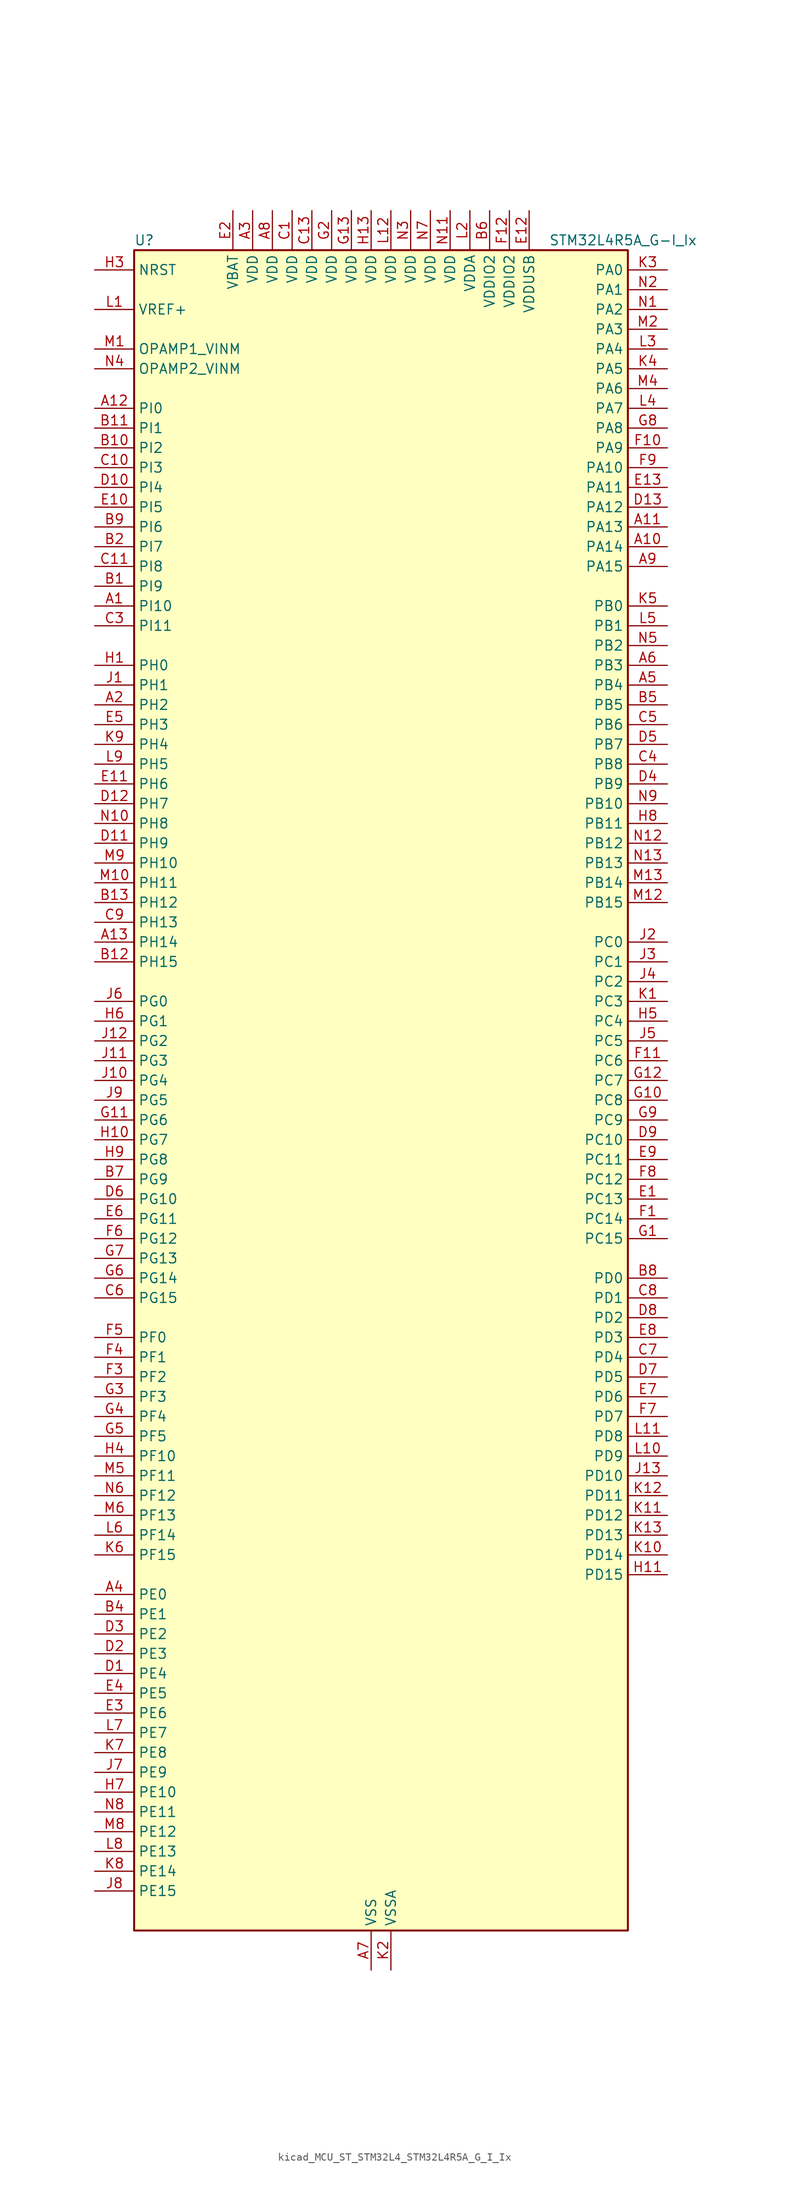
<source format=kicad_sym>
(kicad_symbol_lib
  (version 20220914)
  (generator kicad_symbol_editor)
  (symbol "kicad_MCU_ST_STM32L4_STM32L4R5A_G_I_Ix"
    (property "Reference" "U"
      (at -30.48 110.49 0)
      (effects (font (size 1.27 1.27)) (justify left)))
    (property "Value" "STM32L4R5A_G-I_Ix"
      (at 22.86 110.49 0)
      (effects (font (size 1.27 1.27)) (justify left)))
    (property "ki_locked" ""
      (at 0 0 0)
      (effects (font (size 1.27 1.27))))
    (symbol "kicad_MCU_ST_STM32L4_STM32L4R5A_G_I_Ix_0_1"
      (rectangle (start -30.48 -106.68) (end 33.02 109.22) (stroke (width 0.254) (type default)) (fill (type background))))
    (symbol "kicad_MCU_ST_STM32L4_STM32L4R5A_G_I_Ix_1_1"
      (pin bidirectional line (at -35.56 63.5 0) (length 5.08) (name "PI10" (effects (font (size 1.27 1.27)))) (number "A1" (effects (font (size 1.27 1.27)))) (alternate "OCTOSPIM_P2_IO1" bidirectional line))
      (pin bidirectional line (at 38.1 71.12 180) (length 5.08) (name "PA14" (effects (font (size 1.27 1.27)))) (number "A10" (effects (font (size 1.27 1.27)))) (alternate "I2C1_SMBA" bidirectional line) (alternate "I2C4_SMBA" bidirectional line) (alternate "LPTIM1_OUT" bidirectional line) (alternate "SAI1_FS_B" bidirectional line) (alternate "SYS_JTCK-SWCLK" bidirectional line) (alternate "USB_OTG_FS_SOF" bidirectional line))
      (pin bidirectional line (at 38.1 73.66 180) (length 5.08) (name "PA13" (effects (font (size 1.27 1.27)))) (number "A11" (effects (font (size 1.27 1.27)))) (alternate "IR_OUT" bidirectional line) (alternate "SAI1_SD_B" bidirectional line) (alternate "SYS_JTMS-SWDIO" bidirectional line) (alternate "USB_OTG_FS_NOE" bidirectional line))
      (pin bidirectional line (at -35.56 88.9 0) (length 5.08) (name "PI0" (effects (font (size 1.27 1.27)))) (number "A12" (effects (font (size 1.27 1.27)))) (alternate "DCMI_D13" bidirectional line) (alternate "OCTOSPIM_P1_IO5" bidirectional line) (alternate "SPI2_NSS" bidirectional line) (alternate "TIM5_CH4" bidirectional line))
      (pin bidirectional line (at -35.56 20.32 0) (length 5.08) (name "PH14" (effects (font (size 1.27 1.27)))) (number "A13" (effects (font (size 1.27 1.27)))) (alternate "DCMI_D4" bidirectional line) (alternate "TIM8_CH2N" bidirectional line))
      (pin bidirectional line (at -35.56 50.8 0) (length 5.08) (name "PH2" (effects (font (size 1.27 1.27)))) (number "A2" (effects (font (size 1.27 1.27)))) (alternate "OCTOSPIM_P1_IO4" bidirectional line))
      (pin power_in line (at -15.24 114.3 270) (length 5.08) (name "VDD" (effects (font (size 1.27 1.27)))) (number "A3" (effects (font (size 1.27 1.27)))))
      (pin bidirectional line (at -35.56 -63.5 0) (length 5.08) (name "PE0" (effects (font (size 1.27 1.27)))) (number "A4" (effects (font (size 1.27 1.27)))) (alternate "DCMI_D2" bidirectional line) (alternate "FMC_NBL0" bidirectional line) (alternate "TIM16_CH1" bidirectional line) (alternate "TIM4_ETR" bidirectional line))
      (pin bidirectional line (at 38.1 53.34 180) (length 5.08) (name "PB4" (effects (font (size 1.27 1.27)))) (number "A5" (effects (font (size 1.27 1.27)))) (alternate "COMP2_INP" bidirectional line) (alternate "DCMI_D12" bidirectional line) (alternate "I2C3_SDA" bidirectional line) (alternate "SAI1_MCLK_B" bidirectional line) (alternate "SPI1_MISO" bidirectional line) (alternate "SPI3_MISO" bidirectional line) (alternate "SYS_JTRST" bidirectional line) (alternate "TIM17_BKIN" bidirectional line) (alternate "TIM3_CH1" bidirectional line) (alternate "TSC_G2_IO1" bidirectional line) (alternate "UART5_DE" bidirectional line) (alternate "UART5_RTS" bidirectional line) (alternate "USART1_CTS" bidirectional line) (alternate "USART1_NSS" bidirectional line))
      (pin bidirectional line (at 38.1 55.88 180) (length 5.08) (name "PB3" (effects (font (size 1.27 1.27)))) (number "A6" (effects (font (size 1.27 1.27)))) (alternate "COMP2_INM" bidirectional line) (alternate "CRS_SYNC" bidirectional line) (alternate "SAI1_SCK_B" bidirectional line) (alternate "SPI1_SCK" bidirectional line) (alternate "SPI3_SCK" bidirectional line) (alternate "SYS_JTDO-SWO" bidirectional line) (alternate "TIM2_CH2" bidirectional line) (alternate "USART1_DE" bidirectional line) (alternate "USART1_RTS" bidirectional line))
      (pin power_in line (at 0 -111.76 90) (length 5.08) (name "VSS" (effects (font (size 1.27 1.27)))) (number "A7" (effects (font (size 1.27 1.27)))))
      (pin power_in line (at -12.7 114.3 270) (length 5.08) (name "VDD" (effects (font (size 1.27 1.27)))) (number "A8" (effects (font (size 1.27 1.27)))))
      (pin bidirectional line (at 38.1 68.58 180) (length 5.08) (name "PA15" (effects (font (size 1.27 1.27)))) (number "A9" (effects (font (size 1.27 1.27)))) (alternate "ADC1_EXTI15" bidirectional line) (alternate "SAI2_FS_B" bidirectional line) (alternate "SPI1_NSS" bidirectional line) (alternate "SPI3_NSS" bidirectional line) (alternate "SYS_JTDI" bidirectional line) (alternate "TIM2_CH1" bidirectional line) (alternate "TIM2_ETR" bidirectional line) (alternate "TSC_G3_IO1" bidirectional line) (alternate "UART4_DE" bidirectional line) (alternate "UART4_RTS" bidirectional line) (alternate "USART2_RX" bidirectional line) (alternate "USART3_DE" bidirectional line) (alternate "USART3_RTS" bidirectional line))
      (pin bidirectional line (at -35.56 66.04 0) (length 5.08) (name "PI9" (effects (font (size 1.27 1.27)))) (number "B1" (effects (font (size 1.27 1.27)))) (alternate "CAN1_RX" bidirectional line) (alternate "DAC1_EXTI9" bidirectional line) (alternate "OCTOSPIM_P2_IO2" bidirectional line))
      (pin bidirectional line (at -35.56 83.82 0) (length 5.08) (name "PI2" (effects (font (size 1.27 1.27)))) (number "B10" (effects (font (size 1.27 1.27)))) (alternate "DCMI_D9" bidirectional line) (alternate "SPI2_MISO" bidirectional line) (alternate "TIM8_CH4" bidirectional line))
      (pin bidirectional line (at -35.56 86.36 0) (length 5.08) (name "PI1" (effects (font (size 1.27 1.27)))) (number "B11" (effects (font (size 1.27 1.27)))) (alternate "DCMI_D8" bidirectional line) (alternate "SPI2_SCK" bidirectional line))
      (pin bidirectional line (at -35.56 17.78 0) (length 5.08) (name "PH15" (effects (font (size 1.27 1.27)))) (number "B12" (effects (font (size 1.27 1.27)))) (alternate "ADC1_EXTI15" bidirectional line) (alternate "DCMI_D11" bidirectional line) (alternate "OCTOSPIM_P2_IO6" bidirectional line) (alternate "TIM8_CH3N" bidirectional line))
      (pin bidirectional line (at -35.56 25.4 0) (length 5.08) (name "PH12" (effects (font (size 1.27 1.27)))) (number "B13" (effects (font (size 1.27 1.27)))) (alternate "DCMI_D3" bidirectional line) (alternate "OCTOSPIM_P2_IO7" bidirectional line) (alternate "TIM5_CH3" bidirectional line))
      (pin bidirectional line (at -35.56 71.12 0) (length 5.08) (name "PI7" (effects (font (size 1.27 1.27)))) (number "B2" (effects (font (size 1.27 1.27)))) (alternate "DCMI_D7" bidirectional line) (alternate "TIM8_CH3" bidirectional line))
      (pin passive line (at 0 -111.76 90) (length 5.08) hide (name "VSS" (effects (font (size 1.27 1.27)))) (number "B3" (effects (font (size 1.27 1.27)))))
      (pin bidirectional line (at -35.56 -66.04 0) (length 5.08) (name "PE1" (effects (font (size 1.27 1.27)))) (number "B4" (effects (font (size 1.27 1.27)))) (alternate "DCMI_D3" bidirectional line) (alternate "FMC_NBL1" bidirectional line) (alternate "TIM17_CH1" bidirectional line))
      (pin bidirectional line (at 38.1 50.8 180) (length 5.08) (name "PB5" (effects (font (size 1.27 1.27)))) (number "B5" (effects (font (size 1.27 1.27)))) (alternate "COMP2_OUT" bidirectional line) (alternate "DCMI_D10" bidirectional line) (alternate "I2C1_SMBA" bidirectional line) (alternate "LPTIM1_IN1" bidirectional line) (alternate "SAI1_SD_B" bidirectional line) (alternate "SPI1_MOSI" bidirectional line) (alternate "SPI3_MOSI" bidirectional line) (alternate "TIM16_BKIN" bidirectional line) (alternate "TIM3_CH2" bidirectional line) (alternate "TSC_G2_IO2" bidirectional line) (alternate "UART5_CTS" bidirectional line) (alternate "USART1_CK" bidirectional line))
      (pin power_in line (at 15.24 114.3 270) (length 5.08) (name "VDDIO2" (effects (font (size 1.27 1.27)))) (number "B6" (effects (font (size 1.27 1.27)))))
      (pin bidirectional line (at -35.56 -10.16 0) (length 5.08) (name "PG9" (effects (font (size 1.27 1.27)))) (number "B7" (effects (font (size 1.27 1.27)))) (alternate "DAC1_EXTI9" bidirectional line) (alternate "FMC_NCE" bidirectional line) (alternate "FMC_NE2" bidirectional line) (alternate "OCTOSPIM_P2_IO6" bidirectional line) (alternate "SAI2_SCK_A" bidirectional line) (alternate "SPI3_SCK" bidirectional line) (alternate "TIM15_CH1N" bidirectional line) (alternate "USART1_TX" bidirectional line))
      (pin bidirectional line (at 38.1 -22.86 180) (length 5.08) (name "PD0" (effects (font (size 1.27 1.27)))) (number "B8" (effects (font (size 1.27 1.27)))) (alternate "CAN1_RX" bidirectional line) (alternate "DFSDM1_DATIN7" bidirectional line) (alternate "FMC_D2" bidirectional line) (alternate "FMC_DA2" bidirectional line) (alternate "SPI2_NSS" bidirectional line))
      (pin bidirectional line (at -35.56 73.66 0) (length 5.08) (name "PI6" (effects (font (size 1.27 1.27)))) (number "B9" (effects (font (size 1.27 1.27)))) (alternate "DCMI_D6" bidirectional line) (alternate "OCTOSPIM_P2_CLK" bidirectional line) (alternate "TIM8_CH2" bidirectional line))
      (pin power_in line (at -10.16 114.3 270) (length 5.08) (name "VDD" (effects (font (size 1.27 1.27)))) (number "C1" (effects (font (size 1.27 1.27)))))
      (pin bidirectional line (at -35.56 81.28 0) (length 5.08) (name "PI3" (effects (font (size 1.27 1.27)))) (number "C10" (effects (font (size 1.27 1.27)))) (alternate "DCMI_D10" bidirectional line) (alternate "SPI2_MOSI" bidirectional line) (alternate "TIM8_ETR" bidirectional line))
      (pin bidirectional line (at -35.56 68.58 0) (length 5.08) (name "PI8" (effects (font (size 1.27 1.27)))) (number "C11" (effects (font (size 1.27 1.27)))) (alternate "DCMI_D12" bidirectional line) (alternate "OCTOSPIM_P2_NCS" bidirectional line))
      (pin passive line (at 0 -111.76 90) (length 5.08) hide (name "VSS" (effects (font (size 1.27 1.27)))) (number "C12" (effects (font (size 1.27 1.27)))))
      (pin power_in line (at -7.62 114.3 270) (length 5.08) (name "VDD" (effects (font (size 1.27 1.27)))) (number "C13" (effects (font (size 1.27 1.27)))))
      (pin passive line (at 0 -111.76 90) (length 5.08) hide (name "VSS" (effects (font (size 1.27 1.27)))) (number "C2" (effects (font (size 1.27 1.27)))))
      (pin bidirectional line (at -35.56 60.96 0) (length 5.08) (name "PI11" (effects (font (size 1.27 1.27)))) (number "C3" (effects (font (size 1.27 1.27)))) (alternate "ADC1_EXTI11" bidirectional line) (alternate "OCTOSPIM_P2_IO0" bidirectional line))
      (pin bidirectional line (at 38.1 43.18 180) (length 5.08) (name "PB8" (effects (font (size 1.27 1.27)))) (number "C4" (effects (font (size 1.27 1.27)))) (alternate "CAN1_RX" bidirectional line) (alternate "DCMI_D6" bidirectional line) (alternate "DFSDM1_CKOUT" bidirectional line) (alternate "DFSDM1_DATIN6" bidirectional line) (alternate "I2C1_SCL" bidirectional line) (alternate "SAI1_CK1" bidirectional line) (alternate "SAI1_MCLK_A" bidirectional line) (alternate "SDMMC1_CKIN" bidirectional line) (alternate "SDMMC1_D4" bidirectional line) (alternate "TIM16_CH1" bidirectional line) (alternate "TIM4_CH3" bidirectional line))
      (pin bidirectional line (at 38.1 48.26 180) (length 5.08) (name "PB6" (effects (font (size 1.27 1.27)))) (number "C5" (effects (font (size 1.27 1.27)))) (alternate "COMP2_INP" bidirectional line) (alternate "DCMI_D5" bidirectional line) (alternate "DFSDM1_DATIN5" bidirectional line) (alternate "I2C1_SCL" bidirectional line) (alternate "I2C4_SCL" bidirectional line) (alternate "LPTIM1_ETR" bidirectional line) (alternate "SAI1_FS_B" bidirectional line) (alternate "TIM16_CH1N" bidirectional line) (alternate "TIM4_CH1" bidirectional line) (alternate "TIM8_BKIN2" bidirectional line) (alternate "TSC_G2_IO3" bidirectional line) (alternate "USART1_TX" bidirectional line))
      (pin bidirectional line (at -35.56 -25.4 0) (length 5.08) (name "PG15" (effects (font (size 1.27 1.27)))) (number "C6" (effects (font (size 1.27 1.27)))) (alternate "ADC1_EXTI15" bidirectional line) (alternate "DCMI_D13" bidirectional line) (alternate "I2C1_SMBA" bidirectional line) (alternate "LPTIM1_OUT" bidirectional line) (alternate "OCTOSPIM_P2_DQS" bidirectional line))
      (pin bidirectional line (at 38.1 -33.02 180) (length 5.08) (name "PD4" (effects (font (size 1.27 1.27)))) (number "C7" (effects (font (size 1.27 1.27)))) (alternate "DFSDM1_CKIN0" bidirectional line) (alternate "FMC_NOE" bidirectional line) (alternate "OCTOSPIM_P1_IO4" bidirectional line) (alternate "SPI2_MOSI" bidirectional line) (alternate "USART2_DE" bidirectional line) (alternate "USART2_RTS" bidirectional line))
      (pin bidirectional line (at 38.1 -25.4 180) (length 5.08) (name "PD1" (effects (font (size 1.27 1.27)))) (number "C8" (effects (font (size 1.27 1.27)))) (alternate "CAN1_TX" bidirectional line) (alternate "DFSDM1_CKIN7" bidirectional line) (alternate "FMC_D3" bidirectional line) (alternate "FMC_DA3" bidirectional line) (alternate "SPI2_SCK" bidirectional line))
      (pin bidirectional line (at -35.56 22.86 0) (length 5.08) (name "PH13" (effects (font (size 1.27 1.27)))) (number "C9" (effects (font (size 1.27 1.27)))) (alternate "CAN1_TX" bidirectional line) (alternate "TIM8_CH1N" bidirectional line))
      (pin bidirectional line (at -35.56 -73.66 0) (length 5.08) (name "PE4" (effects (font (size 1.27 1.27)))) (number "D1" (effects (font (size 1.27 1.27)))) (alternate "DCMI_D4" bidirectional line) (alternate "DFSDM1_DATIN3" bidirectional line) (alternate "FMC_A20" bidirectional line) (alternate "SAI1_D2" bidirectional line) (alternate "SAI1_FS_A" bidirectional line) (alternate "SYS_TRACED1" bidirectional line) (alternate "TIM3_CH2" bidirectional line) (alternate "TSC_G7_IO3" bidirectional line))
      (pin bidirectional line (at -35.56 78.74 0) (length 5.08) (name "PI4" (effects (font (size 1.27 1.27)))) (number "D10" (effects (font (size 1.27 1.27)))) (alternate "DCMI_D5" bidirectional line) (alternate "TIM8_BKIN" bidirectional line))
      (pin bidirectional line (at -35.56 33.02 0) (length 5.08) (name "PH9" (effects (font (size 1.27 1.27)))) (number "D11" (effects (font (size 1.27 1.27)))) (alternate "DAC1_EXTI9" bidirectional line) (alternate "DCMI_D0" bidirectional line) (alternate "I2C3_SMBA" bidirectional line) (alternate "OCTOSPIM_P2_IO4" bidirectional line))
      (pin bidirectional line (at -35.56 38.1 0) (length 5.08) (name "PH7" (effects (font (size 1.27 1.27)))) (number "D12" (effects (font (size 1.27 1.27)))) (alternate "DCMI_D9" bidirectional line) (alternate "I2C3_SCL" bidirectional line))
      (pin bidirectional line (at 38.1 76.2 180) (length 5.08) (name "PA12" (effects (font (size 1.27 1.27)))) (number "D13" (effects (font (size 1.27 1.27)))) (alternate "CAN1_TX" bidirectional line) (alternate "SPI1_MOSI" bidirectional line) (alternate "TIM1_ETR" bidirectional line) (alternate "USART1_DE" bidirectional line) (alternate "USART1_RTS" bidirectional line) (alternate "USB_OTG_FS_DP" bidirectional line))
      (pin bidirectional line (at -35.56 -71.12 0) (length 5.08) (name "PE3" (effects (font (size 1.27 1.27)))) (number "D2" (effects (font (size 1.27 1.27)))) (alternate "FMC_A19" bidirectional line) (alternate "OCTOSPIM_P1_DQS" bidirectional line) (alternate "SAI1_SD_B" bidirectional line) (alternate "SYS_TRACED0" bidirectional line) (alternate "TIM3_CH1" bidirectional line) (alternate "TSC_G7_IO2" bidirectional line))
      (pin bidirectional line (at -35.56 -68.58 0) (length 5.08) (name "PE2" (effects (font (size 1.27 1.27)))) (number "D3" (effects (font (size 1.27 1.27)))) (alternate "FMC_A23" bidirectional line) (alternate "SAI1_CK1" bidirectional line) (alternate "SAI1_MCLK_A" bidirectional line) (alternate "SYS_TRACECLK" bidirectional line) (alternate "TIM3_ETR" bidirectional line) (alternate "TSC_G7_IO1" bidirectional line))
      (pin bidirectional line (at 38.1 40.64 180) (length 5.08) (name "PB9" (effects (font (size 1.27 1.27)))) (number "D4" (effects (font (size 1.27 1.27)))) (alternate "CAN1_TX" bidirectional line) (alternate "DAC1_EXTI9" bidirectional line) (alternate "DCMI_D7" bidirectional line) (alternate "DFSDM1_CKIN6" bidirectional line) (alternate "I2C1_SDA" bidirectional line) (alternate "IR_OUT" bidirectional line) (alternate "SAI1_D2" bidirectional line) (alternate "SAI1_FS_A" bidirectional line) (alternate "SDMMC1_CDIR" bidirectional line) (alternate "SDMMC1_D5" bidirectional line) (alternate "SPI2_NSS" bidirectional line) (alternate "TIM17_CH1" bidirectional line) (alternate "TIM4_CH4" bidirectional line))
      (pin bidirectional line (at 38.1 45.72 180) (length 5.08) (name "PB7" (effects (font (size 1.27 1.27)))) (number "D5" (effects (font (size 1.27 1.27)))) (alternate "COMP2_INM" bidirectional line) (alternate "DCMI_VSYNC" bidirectional line) (alternate "DFSDM1_CKIN5" bidirectional line) (alternate "FMC_NL" bidirectional line) (alternate "I2C1_SDA" bidirectional line) (alternate "I2C4_SDA" bidirectional line) (alternate "LPTIM1_IN2" bidirectional line) (alternate "SYS_PVD_IN" bidirectional line) (alternate "TIM17_CH1N" bidirectional line) (alternate "TIM4_CH2" bidirectional line) (alternate "TIM8_BKIN" bidirectional line) (alternate "TSC_G2_IO4" bidirectional line) (alternate "UART4_CTS" bidirectional line) (alternate "USART1_RX" bidirectional line))
      (pin bidirectional line (at -35.56 -12.7 0) (length 5.08) (name "PG10" (effects (font (size 1.27 1.27)))) (number "D6" (effects (font (size 1.27 1.27)))) (alternate "FMC_NE3" bidirectional line) (alternate "LPTIM1_IN1" bidirectional line) (alternate "OCTOSPIM_P2_IO7" bidirectional line) (alternate "SAI2_FS_A" bidirectional line) (alternate "SPI3_MISO" bidirectional line) (alternate "TIM15_CH1" bidirectional line) (alternate "USART1_RX" bidirectional line))
      (pin bidirectional line (at 38.1 -35.56 180) (length 5.08) (name "PD5" (effects (font (size 1.27 1.27)))) (number "D7" (effects (font (size 1.27 1.27)))) (alternate "FMC_NWE" bidirectional line) (alternate "OCTOSPIM_P1_IO5" bidirectional line) (alternate "USART2_TX" bidirectional line))
      (pin bidirectional line (at 38.1 -27.94 180) (length 5.08) (name "PD2" (effects (font (size 1.27 1.27)))) (number "D8" (effects (font (size 1.27 1.27)))) (alternate "DCMI_D11" bidirectional line) (alternate "SDMMC1_CMD" bidirectional line) (alternate "SYS_TRACED2" bidirectional line) (alternate "TIM3_ETR" bidirectional line) (alternate "TSC_SYNC" bidirectional line) (alternate "UART5_RX" bidirectional line) (alternate "USART3_DE" bidirectional line) (alternate "USART3_RTS" bidirectional line))
      (pin bidirectional line (at 38.1 -5.08 180) (length 5.08) (name "PC10" (effects (font (size 1.27 1.27)))) (number "D9" (effects (font (size 1.27 1.27)))) (alternate "DCMI_D8" bidirectional line) (alternate "SAI2_SCK_B" bidirectional line) (alternate "SDMMC1_D2" bidirectional line) (alternate "SPI3_SCK" bidirectional line) (alternate "SYS_TRACED1" bidirectional line) (alternate "TSC_G3_IO2" bidirectional line) (alternate "UART4_TX" bidirectional line) (alternate "USART3_TX" bidirectional line))
      (pin bidirectional line (at 38.1 -12.7 180) (length 5.08) (name "PC13" (effects (font (size 1.27 1.27)))) (number "E1" (effects (font (size 1.27 1.27)))) (alternate "RTC_OUT_ALARM" bidirectional line) (alternate "RTC_OUT_CALIB" bidirectional line) (alternate "RTC_TAMP1" bidirectional line) (alternate "RTC_TS" bidirectional line) (alternate "SYS_WKUP2" bidirectional line))
      (pin bidirectional line (at -35.56 76.2 0) (length 5.08) (name "PI5" (effects (font (size 1.27 1.27)))) (number "E10" (effects (font (size 1.27 1.27)))) (alternate "DCMI_VSYNC" bidirectional line) (alternate "OCTOSPIM_P2_NCS" bidirectional line) (alternate "TIM8_CH1" bidirectional line))
      (pin bidirectional line (at -35.56 40.64 0) (length 5.08) (name "PH6" (effects (font (size 1.27 1.27)))) (number "E11" (effects (font (size 1.27 1.27)))) (alternate "DCMI_D8" bidirectional line) (alternate "I2C2_SMBA" bidirectional line) (alternate "OCTOSPIM_P2_CLK" bidirectional line))
      (pin power_in line (at 20.32 114.3 270) (length 5.08) (name "VDDUSB" (effects (font (size 1.27 1.27)))) (number "E12" (effects (font (size 1.27 1.27)))))
      (pin bidirectional line (at 38.1 78.74 180) (length 5.08) (name "PA11" (effects (font (size 1.27 1.27)))) (number "E13" (effects (font (size 1.27 1.27)))) (alternate "ADC1_EXTI11" bidirectional line) (alternate "CAN1_RX" bidirectional line) (alternate "SPI1_MISO" bidirectional line) (alternate "TIM1_BKIN2" bidirectional line) (alternate "TIM1_CH4" bidirectional line) (alternate "USART1_CTS" bidirectional line) (alternate "USART1_NSS" bidirectional line) (alternate "USB_OTG_FS_DM" bidirectional line))
      (pin power_in line (at -17.78 114.3 270) (length 5.08) (name "VBAT" (effects (font (size 1.27 1.27)))) (number "E2" (effects (font (size 1.27 1.27)))))
      (pin bidirectional line (at -35.56 -78.74 0) (length 5.08) (name "PE6" (effects (font (size 1.27 1.27)))) (number "E3" (effects (font (size 1.27 1.27)))) (alternate "DCMI_D7" bidirectional line) (alternate "FMC_A22" bidirectional line) (alternate "RTC_TAMP3" bidirectional line) (alternate "SAI1_D1" bidirectional line) (alternate "SAI1_SD_A" bidirectional line) (alternate "SYS_TRACED3" bidirectional line) (alternate "SYS_WKUP3" bidirectional line) (alternate "TIM3_CH4" bidirectional line))
      (pin bidirectional line (at -35.56 -76.2 0) (length 5.08) (name "PE5" (effects (font (size 1.27 1.27)))) (number "E4" (effects (font (size 1.27 1.27)))) (alternate "DCMI_D6" bidirectional line) (alternate "DFSDM1_CKIN3" bidirectional line) (alternate "FMC_A21" bidirectional line) (alternate "SAI1_CK2" bidirectional line) (alternate "SAI1_SCK_A" bidirectional line) (alternate "SYS_TRACED2" bidirectional line) (alternate "TIM3_CH3" bidirectional line) (alternate "TSC_G7_IO4" bidirectional line))
      (pin bidirectional line (at -35.56 48.26 0) (length 5.08) (name "PH3" (effects (font (size 1.27 1.27)))) (number "E5" (effects (font (size 1.27 1.27)))))
      (pin bidirectional line (at -35.56 -15.24 0) (length 5.08) (name "PG11" (effects (font (size 1.27 1.27)))) (number "E6" (effects (font (size 1.27 1.27)))) (alternate "ADC1_EXTI11" bidirectional line) (alternate "LPTIM1_IN2" bidirectional line) (alternate "OCTOSPIM_P1_IO5" bidirectional line) (alternate "SAI2_MCLK_A" bidirectional line) (alternate "SPI3_MOSI" bidirectional line) (alternate "TIM15_CH2" bidirectional line) (alternate "USART1_CTS" bidirectional line) (alternate "USART1_NSS" bidirectional line))
      (pin bidirectional line (at 38.1 -38.1 180) (length 5.08) (name "PD6" (effects (font (size 1.27 1.27)))) (number "E7" (effects (font (size 1.27 1.27)))) (alternate "DCMI_D10" bidirectional line) (alternate "DFSDM1_DATIN1" bidirectional line) (alternate "FMC_NWAIT" bidirectional line) (alternate "OCTOSPIM_P1_IO6" bidirectional line) (alternate "SAI1_D1" bidirectional line) (alternate "SAI1_SD_A" bidirectional line) (alternate "SPI3_MOSI" bidirectional line) (alternate "USART2_RX" bidirectional line))
      (pin bidirectional line (at 38.1 -30.48 180) (length 5.08) (name "PD3" (effects (font (size 1.27 1.27)))) (number "E8" (effects (font (size 1.27 1.27)))) (alternate "DCMI_D5" bidirectional line) (alternate "DFSDM1_DATIN0" bidirectional line) (alternate "FMC_CLK" bidirectional line) (alternate "OCTOSPIM_P2_NCS" bidirectional line) (alternate "SPI2_MISO" bidirectional line) (alternate "SPI2_SCK" bidirectional line) (alternate "USART2_CTS" bidirectional line) (alternate "USART2_NSS" bidirectional line))
      (pin bidirectional line (at 38.1 -7.62 180) (length 5.08) (name "PC11" (effects (font (size 1.27 1.27)))) (number "E9" (effects (font (size 1.27 1.27)))) (alternate "ADC1_EXTI11" bidirectional line) (alternate "DCMI_D2" bidirectional line) (alternate "DCMI_D4" bidirectional line) (alternate "OCTOSPIM_P1_NCS" bidirectional line) (alternate "SAI2_MCLK_B" bidirectional line) (alternate "SDMMC1_D3" bidirectional line) (alternate "SPI3_MISO" bidirectional line) (alternate "TSC_G3_IO3" bidirectional line) (alternate "UART4_RX" bidirectional line) (alternate "USART3_RX" bidirectional line))
      (pin bidirectional line (at 38.1 -15.24 180) (length 5.08) (name "PC14" (effects (font (size 1.27 1.27)))) (number "F1" (effects (font (size 1.27 1.27)))) (alternate "RCC_OSC32_IN" bidirectional line))
      (pin bidirectional line (at 38.1 83.82 180) (length 5.08) (name "PA9" (effects (font (size 1.27 1.27)))) (number "F10" (effects (font (size 1.27 1.27)))) (alternate "DAC1_EXTI9" bidirectional line) (alternate "DCMI_D0" bidirectional line) (alternate "SAI1_FS_A" bidirectional line) (alternate "SPI2_SCK" bidirectional line) (alternate "TIM15_BKIN" bidirectional line) (alternate "TIM1_CH2" bidirectional line) (alternate "USART1_TX" bidirectional line) (alternate "USB_OTG_FS_VBUS" bidirectional line))
      (pin bidirectional line (at 38.1 5.08 180) (length 5.08) (name "PC6" (effects (font (size 1.27 1.27)))) (number "F11" (effects (font (size 1.27 1.27)))) (alternate "DCMI_D0" bidirectional line) (alternate "DFSDM1_CKIN3" bidirectional line) (alternate "SAI2_MCLK_A" bidirectional line) (alternate "SDMMC1_D0DIR" bidirectional line) (alternate "SDMMC1_D6" bidirectional line) (alternate "TIM3_CH1" bidirectional line) (alternate "TIM8_CH1" bidirectional line) (alternate "TSC_G4_IO1" bidirectional line))
      (pin power_in line (at 17.78 114.3 270) (length 5.08) (name "VDDIO2" (effects (font (size 1.27 1.27)))) (number "F12" (effects (font (size 1.27 1.27)))))
      (pin passive line (at 0 -111.76 90) (length 5.08) hide (name "VSS" (effects (font (size 1.27 1.27)))) (number "F13" (effects (font (size 1.27 1.27)))))
      (pin passive line (at 0 -111.76 90) (length 5.08) hide (name "VSS" (effects (font (size 1.27 1.27)))) (number "F2" (effects (font (size 1.27 1.27)))))
      (pin bidirectional line (at -35.56 -35.56 0) (length 5.08) (name "PF2" (effects (font (size 1.27 1.27)))) (number "F3" (effects (font (size 1.27 1.27)))) (alternate "FMC_A2" bidirectional line) (alternate "I2C2_SMBA" bidirectional line) (alternate "OCTOSPIM_P2_IO2" bidirectional line))
      (pin bidirectional line (at -35.56 -33.02 0) (length 5.08) (name "PF1" (effects (font (size 1.27 1.27)))) (number "F4" (effects (font (size 1.27 1.27)))) (alternate "FMC_A1" bidirectional line) (alternate "I2C2_SCL" bidirectional line) (alternate "OCTOSPIM_P2_IO1" bidirectional line))
      (pin bidirectional line (at -35.56 -30.48 0) (length 5.08) (name "PF0" (effects (font (size 1.27 1.27)))) (number "F5" (effects (font (size 1.27 1.27)))) (alternate "FMC_A0" bidirectional line) (alternate "I2C2_SDA" bidirectional line) (alternate "OCTOSPIM_P2_IO0" bidirectional line))
      (pin bidirectional line (at -35.56 -17.78 0) (length 5.08) (name "PG12" (effects (font (size 1.27 1.27)))) (number "F6" (effects (font (size 1.27 1.27)))) (alternate "FMC_NE4" bidirectional line) (alternate "LPTIM1_ETR" bidirectional line) (alternate "OCTOSPIM_P2_NCS" bidirectional line) (alternate "SAI2_SD_A" bidirectional line) (alternate "SPI3_NSS" bidirectional line) (alternate "USART1_DE" bidirectional line) (alternate "USART1_RTS" bidirectional line))
      (pin bidirectional line (at 38.1 -40.64 180) (length 5.08) (name "PD7" (effects (font (size 1.27 1.27)))) (number "F7" (effects (font (size 1.27 1.27)))) (alternate "DFSDM1_CKIN1" bidirectional line) (alternate "FMC_NCE" bidirectional line) (alternate "FMC_NE1" bidirectional line) (alternate "OCTOSPIM_P1_IO7" bidirectional line) (alternate "USART2_CK" bidirectional line))
      (pin bidirectional line (at 38.1 -10.16 180) (length 5.08) (name "PC12" (effects (font (size 1.27 1.27)))) (number "F8" (effects (font (size 1.27 1.27)))) (alternate "DCMI_D9" bidirectional line) (alternate "SAI2_SD_B" bidirectional line) (alternate "SDMMC1_CK" bidirectional line) (alternate "SPI3_MOSI" bidirectional line) (alternate "SYS_TRACED3" bidirectional line) (alternate "TSC_G3_IO4" bidirectional line) (alternate "UART5_TX" bidirectional line) (alternate "USART3_CK" bidirectional line))
      (pin bidirectional line (at 38.1 81.28 180) (length 5.08) (name "PA10" (effects (font (size 1.27 1.27)))) (number "F9" (effects (font (size 1.27 1.27)))) (alternate "DCMI_D1" bidirectional line) (alternate "SAI1_D1" bidirectional line) (alternate "SAI1_SD_A" bidirectional line) (alternate "TIM17_BKIN" bidirectional line) (alternate "TIM1_CH3" bidirectional line) (alternate "USART1_RX" bidirectional line) (alternate "USB_OTG_FS_ID" bidirectional line))
      (pin bidirectional line (at 38.1 -17.78 180) (length 5.08) (name "PC15" (effects (font (size 1.27 1.27)))) (number "G1" (effects (font (size 1.27 1.27)))) (alternate "ADC1_EXTI15" bidirectional line) (alternate "RCC_OSC32_OUT" bidirectional line))
      (pin bidirectional line (at 38.1 0 180) (length 5.08) (name "PC8" (effects (font (size 1.27 1.27)))) (number "G10" (effects (font (size 1.27 1.27)))) (alternate "DCMI_D2" bidirectional line) (alternate "SDMMC1_D0" bidirectional line) (alternate "TIM3_CH3" bidirectional line) (alternate "TIM8_CH3" bidirectional line) (alternate "TSC_G4_IO3" bidirectional line))
      (pin bidirectional line (at -35.56 -2.54 0) (length 5.08) (name "PG6" (effects (font (size 1.27 1.27)))) (number "G11" (effects (font (size 1.27 1.27)))) (alternate "I2C3_SMBA" bidirectional line) (alternate "LPUART1_DE" bidirectional line) (alternate "LPUART1_RTS" bidirectional line) (alternate "OCTOSPIM_P1_DQS" bidirectional line))
      (pin bidirectional line (at 38.1 2.54 180) (length 5.08) (name "PC7" (effects (font (size 1.27 1.27)))) (number "G12" (effects (font (size 1.27 1.27)))) (alternate "DCMI_D1" bidirectional line) (alternate "DFSDM1_DATIN3" bidirectional line) (alternate "SAI2_MCLK_B" bidirectional line) (alternate "SDMMC1_D123DIR" bidirectional line) (alternate "SDMMC1_D7" bidirectional line) (alternate "TIM3_CH2" bidirectional line) (alternate "TIM8_CH2" bidirectional line) (alternate "TSC_G4_IO2" bidirectional line))
      (pin power_in line (at -2.54 114.3 270) (length 5.08) (name "VDD" (effects (font (size 1.27 1.27)))) (number "G13" (effects (font (size 1.27 1.27)))))
      (pin power_in line (at -5.08 114.3 270) (length 5.08) (name "VDD" (effects (font (size 1.27 1.27)))) (number "G2" (effects (font (size 1.27 1.27)))))
      (pin bidirectional line (at -35.56 -38.1 0) (length 5.08) (name "PF3" (effects (font (size 1.27 1.27)))) (number "G3" (effects (font (size 1.27 1.27)))) (alternate "FMC_A3" bidirectional line) (alternate "OCTOSPIM_P2_IO3" bidirectional line))
      (pin bidirectional line (at -35.56 -40.64 0) (length 5.08) (name "PF4" (effects (font (size 1.27 1.27)))) (number "G4" (effects (font (size 1.27 1.27)))) (alternate "FMC_A4" bidirectional line) (alternate "OCTOSPIM_P2_CLK" bidirectional line))
      (pin bidirectional line (at -35.56 -43.18 0) (length 5.08) (name "PF5" (effects (font (size 1.27 1.27)))) (number "G5" (effects (font (size 1.27 1.27)))) (alternate "FMC_A5" bidirectional line))
      (pin bidirectional line (at -35.56 -22.86 0) (length 5.08) (name "PG14" (effects (font (size 1.27 1.27)))) (number "G6" (effects (font (size 1.27 1.27)))) (alternate "FMC_A25" bidirectional line) (alternate "I2C1_SCL" bidirectional line))
      (pin bidirectional line (at -35.56 -20.32 0) (length 5.08) (name "PG13" (effects (font (size 1.27 1.27)))) (number "G7" (effects (font (size 1.27 1.27)))) (alternate "FMC_A24" bidirectional line) (alternate "I2C1_SDA" bidirectional line) (alternate "USART1_CK" bidirectional line))
      (pin bidirectional line (at 38.1 86.36 180) (length 5.08) (name "PA8" (effects (font (size 1.27 1.27)))) (number "G8" (effects (font (size 1.27 1.27)))) (alternate "LPTIM2_OUT" bidirectional line) (alternate "RCC_MCO" bidirectional line) (alternate "SAI1_CK2" bidirectional line) (alternate "SAI1_SCK_A" bidirectional line) (alternate "TIM1_CH1" bidirectional line) (alternate "USART1_CK" bidirectional line) (alternate "USB_OTG_FS_SOF" bidirectional line))
      (pin bidirectional line (at 38.1 -2.54 180) (length 5.08) (name "PC9" (effects (font (size 1.27 1.27)))) (number "G9" (effects (font (size 1.27 1.27)))) (alternate "DAC1_EXTI9" bidirectional line) (alternate "DCMI_D3" bidirectional line) (alternate "I2C3_SDA" bidirectional line) (alternate "SAI2_EXTCLK" bidirectional line) (alternate "SDMMC1_D1" bidirectional line) (alternate "SYS_TRACED0" bidirectional line) (alternate "TIM3_CH4" bidirectional line) (alternate "TIM8_BKIN2" bidirectional line) (alternate "TIM8_CH4" bidirectional line) (alternate "TSC_G4_IO4" bidirectional line) (alternate "USB_OTG_FS_NOE" bidirectional line))
      (pin bidirectional line (at -35.56 55.88 0) (length 5.08) (name "PH0" (effects (font (size 1.27 1.27)))) (number "H1" (effects (font (size 1.27 1.27)))) (alternate "RCC_OSC_IN" bidirectional line))
      (pin bidirectional line (at -35.56 -5.08 0) (length 5.08) (name "PG7" (effects (font (size 1.27 1.27)))) (number "H10" (effects (font (size 1.27 1.27)))) (alternate "DFSDM1_CKOUT" bidirectional line) (alternate "FMC_INT" bidirectional line) (alternate "I2C3_SCL" bidirectional line) (alternate "LPUART1_TX" bidirectional line) (alternate "OCTOSPIM_P2_DQS" bidirectional line) (alternate "SAI1_CK1" bidirectional line) (alternate "SAI1_MCLK_A" bidirectional line))
      (pin bidirectional line (at 38.1 -60.96 180) (length 5.08) (name "PD15" (effects (font (size 1.27 1.27)))) (number "H11" (effects (font (size 1.27 1.27)))) (alternate "ADC1_EXTI15" bidirectional line) (alternate "FMC_D1" bidirectional line) (alternate "FMC_DA1" bidirectional line) (alternate "TIM4_CH4" bidirectional line))
      (pin passive line (at 0 -111.76 90) (length 5.08) hide (name "VSS" (effects (font (size 1.27 1.27)))) (number "H12" (effects (font (size 1.27 1.27)))))
      (pin power_in line (at 0 114.3 270) (length 5.08) (name "VDD" (effects (font (size 1.27 1.27)))) (number "H13" (effects (font (size 1.27 1.27)))))
      (pin passive line (at 0 -111.76 90) (length 5.08) hide (name "VSS" (effects (font (size 1.27 1.27)))) (number "H2" (effects (font (size 1.27 1.27)))))
      (pin input line (at -35.56 106.68 0) (length 5.08) (name "NRST" (effects (font (size 1.27 1.27)))) (number "H3" (effects (font (size 1.27 1.27)))))
      (pin bidirectional line (at -35.56 -45.72 0) (length 5.08) (name "PF10" (effects (font (size 1.27 1.27)))) (number "H4" (effects (font (size 1.27 1.27)))) (alternate "DCMI_D11" bidirectional line) (alternate "DFSDM1_CKOUT" bidirectional line) (alternate "OCTOSPIM_P1_CLK" bidirectional line) (alternate "SAI1_D3" bidirectional line) (alternate "TIM15_CH2" bidirectional line))
      (pin bidirectional line (at 38.1 10.16 180) (length 5.08) (name "PC4" (effects (font (size 1.27 1.27)))) (number "H5" (effects (font (size 1.27 1.27)))) (alternate "ADC1_IN13" bidirectional line) (alternate "COMP1_INM" bidirectional line) (alternate "OCTOSPIM_P1_IO7" bidirectional line) (alternate "USART3_TX" bidirectional line))
      (pin bidirectional line (at -35.56 10.16 0) (length 5.08) (name "PG1" (effects (font (size 1.27 1.27)))) (number "H6" (effects (font (size 1.27 1.27)))) (alternate "FMC_A11" bidirectional line) (alternate "OCTOSPIM_P2_IO5" bidirectional line) (alternate "TSC_G8_IO4" bidirectional line))
      (pin bidirectional line (at -35.56 -88.9 0) (length 5.08) (name "PE10" (effects (font (size 1.27 1.27)))) (number "H7" (effects (font (size 1.27 1.27)))) (alternate "DFSDM1_DATIN4" bidirectional line) (alternate "FMC_D7" bidirectional line) (alternate "FMC_DA7" bidirectional line) (alternate "OCTOSPIM_P1_CLK" bidirectional line) (alternate "SAI1_MCLK_B" bidirectional line) (alternate "TIM1_CH2N" bidirectional line) (alternate "TSC_G5_IO1" bidirectional line))
      (pin bidirectional line (at 38.1 35.56 180) (length 5.08) (name "PB11" (effects (font (size 1.27 1.27)))) (number "H8" (effects (font (size 1.27 1.27)))) (alternate "ADC1_EXTI11" bidirectional line) (alternate "COMP2_OUT" bidirectional line) (alternate "DFSDM1_CKIN7" bidirectional line) (alternate "I2C2_SDA" bidirectional line) (alternate "I2C4_SDA" bidirectional line) (alternate "LPUART1_TX" bidirectional line) (alternate "OCTOSPIM_P1_NCS" bidirectional line) (alternate "TIM2_CH4" bidirectional line) (alternate "USART3_RX" bidirectional line))
      (pin bidirectional line (at -35.56 -7.62 0) (length 5.08) (name "PG8" (effects (font (size 1.27 1.27)))) (number "H9" (effects (font (size 1.27 1.27)))) (alternate "I2C3_SDA" bidirectional line) (alternate "LPUART1_RX" bidirectional line))
      (pin bidirectional line (at -35.56 53.34 0) (length 5.08) (name "PH1" (effects (font (size 1.27 1.27)))) (number "J1" (effects (font (size 1.27 1.27)))) (alternate "RCC_OSC_OUT" bidirectional line))
      (pin bidirectional line (at -35.56 2.54 0) (length 5.08) (name "PG4" (effects (font (size 1.27 1.27)))) (number "J10" (effects (font (size 1.27 1.27)))) (alternate "FMC_A14" bidirectional line) (alternate "SAI2_MCLK_B" bidirectional line) (alternate "SPI1_MOSI" bidirectional line))
      (pin bidirectional line (at -35.56 5.08 0) (length 5.08) (name "PG3" (effects (font (size 1.27 1.27)))) (number "J11" (effects (font (size 1.27 1.27)))) (alternate "FMC_A13" bidirectional line) (alternate "SAI2_FS_B" bidirectional line) (alternate "SPI1_MISO" bidirectional line))
      (pin bidirectional line (at -35.56 7.62 0) (length 5.08) (name "PG2" (effects (font (size 1.27 1.27)))) (number "J12" (effects (font (size 1.27 1.27)))) (alternate "FMC_A12" bidirectional line) (alternate "SAI2_SCK_B" bidirectional line) (alternate "SPI1_SCK" bidirectional line))
      (pin bidirectional line (at 38.1 -48.26 180) (length 5.08) (name "PD10" (effects (font (size 1.27 1.27)))) (number "J13" (effects (font (size 1.27 1.27)))) (alternate "FMC_D15" bidirectional line) (alternate "FMC_DA15" bidirectional line) (alternate "SAI2_SCK_A" bidirectional line) (alternate "TSC_G6_IO1" bidirectional line) (alternate "USART3_CK" bidirectional line))
      (pin bidirectional line (at 38.1 20.32 180) (length 5.08) (name "PC0" (effects (font (size 1.27 1.27)))) (number "J2" (effects (font (size 1.27 1.27)))) (alternate "ADC1_IN1" bidirectional line) (alternate "DFSDM1_DATIN4" bidirectional line) (alternate "I2C3_SCL" bidirectional line) (alternate "LPTIM1_IN1" bidirectional line) (alternate "LPTIM2_IN1" bidirectional line) (alternate "LPUART1_RX" bidirectional line) (alternate "SAI2_FS_A" bidirectional line))
      (pin bidirectional line (at 38.1 17.78 180) (length 5.08) (name "PC1" (effects (font (size 1.27 1.27)))) (number "J3" (effects (font (size 1.27 1.27)))) (alternate "ADC1_IN2" bidirectional line) (alternate "DFSDM1_CKIN4" bidirectional line) (alternate "I2C3_SDA" bidirectional line) (alternate "LPTIM1_OUT" bidirectional line) (alternate "LPUART1_TX" bidirectional line) (alternate "OCTOSPIM_P1_IO4" bidirectional line) (alternate "SAI1_SD_A" bidirectional line) (alternate "SPI2_MOSI" bidirectional line) (alternate "SYS_TRACED0" bidirectional line))
      (pin bidirectional line (at 38.1 15.24 180) (length 5.08) (name "PC2" (effects (font (size 1.27 1.27)))) (number "J4" (effects (font (size 1.27 1.27)))) (alternate "ADC1_IN3" bidirectional line) (alternate "DFSDM1_CKOUT" bidirectional line) (alternate "LPTIM1_IN2" bidirectional line) (alternate "OCTOSPIM_P1_IO5" bidirectional line) (alternate "SPI2_MISO" bidirectional line))
      (pin bidirectional line (at 38.1 7.62 180) (length 5.08) (name "PC5" (effects (font (size 1.27 1.27)))) (number "J5" (effects (font (size 1.27 1.27)))) (alternate "ADC1_IN14" bidirectional line) (alternate "COMP1_INP" bidirectional line) (alternate "SAI1_D3" bidirectional line) (alternate "SYS_WKUP5" bidirectional line) (alternate "USART3_RX" bidirectional line))
      (pin bidirectional line (at -35.56 12.7 0) (length 5.08) (name "PG0" (effects (font (size 1.27 1.27)))) (number "J6" (effects (font (size 1.27 1.27)))) (alternate "FMC_A10" bidirectional line) (alternate "OCTOSPIM_P2_IO4" bidirectional line) (alternate "TSC_G8_IO3" bidirectional line))
      (pin bidirectional line (at -35.56 -86.36 0) (length 5.08) (name "PE9" (effects (font (size 1.27 1.27)))) (number "J7" (effects (font (size 1.27 1.27)))) (alternate "DAC1_EXTI9" bidirectional line) (alternate "DFSDM1_CKOUT" bidirectional line) (alternate "FMC_D6" bidirectional line) (alternate "FMC_DA6" bidirectional line) (alternate "SAI1_FS_B" bidirectional line) (alternate "TIM1_CH1" bidirectional line))
      (pin bidirectional line (at -35.56 -101.6 0) (length 5.08) (name "PE15" (effects (font (size 1.27 1.27)))) (number "J8" (effects (font (size 1.27 1.27)))) (alternate "ADC1_EXTI15" bidirectional line) (alternate "FMC_D12" bidirectional line) (alternate "FMC_DA12" bidirectional line) (alternate "OCTOSPIM_P1_IO3" bidirectional line) (alternate "SPI1_MOSI" bidirectional line) (alternate "TIM1_BKIN" bidirectional line))
      (pin bidirectional line (at -35.56 0 0) (length 5.08) (name "PG5" (effects (font (size 1.27 1.27)))) (number "J9" (effects (font (size 1.27 1.27)))) (alternate "FMC_A15" bidirectional line) (alternate "LPUART1_CTS" bidirectional line) (alternate "SAI2_SD_B" bidirectional line) (alternate "SPI1_NSS" bidirectional line))
      (pin bidirectional line (at 38.1 12.7 180) (length 5.08) (name "PC3" (effects (font (size 1.27 1.27)))) (number "K1" (effects (font (size 1.27 1.27)))) (alternate "ADC1_IN4" bidirectional line) (alternate "LPTIM1_ETR" bidirectional line) (alternate "LPTIM2_ETR" bidirectional line) (alternate "OCTOSPIM_P1_IO6" bidirectional line) (alternate "SAI1_D1" bidirectional line) (alternate "SAI1_SD_A" bidirectional line) (alternate "SPI2_MOSI" bidirectional line))
      (pin bidirectional line (at 38.1 -58.42 180) (length 5.08) (name "PD14" (effects (font (size 1.27 1.27)))) (number "K10" (effects (font (size 1.27 1.27)))) (alternate "FMC_D0" bidirectional line) (alternate "FMC_DA0" bidirectional line) (alternate "TIM4_CH3" bidirectional line))
      (pin bidirectional line (at 38.1 -53.34 180) (length 5.08) (name "PD12" (effects (font (size 1.27 1.27)))) (number "K11" (effects (font (size 1.27 1.27)))) (alternate "FMC_A17" bidirectional line) (alternate "FMC_ALE" bidirectional line) (alternate "I2C4_SCL" bidirectional line) (alternate "LPTIM2_IN1" bidirectional line) (alternate "SAI2_FS_A" bidirectional line) (alternate "TIM4_CH1" bidirectional line) (alternate "TSC_G6_IO3" bidirectional line) (alternate "USART3_DE" bidirectional line) (alternate "USART3_RTS" bidirectional line))
      (pin bidirectional line (at 38.1 -50.8 180) (length 5.08) (name "PD11" (effects (font (size 1.27 1.27)))) (number "K12" (effects (font (size 1.27 1.27)))) (alternate "ADC1_EXTI11" bidirectional line) (alternate "FMC_A16" bidirectional line) (alternate "FMC_CLE" bidirectional line) (alternate "I2C4_SMBA" bidirectional line) (alternate "LPTIM2_ETR" bidirectional line) (alternate "SAI2_SD_A" bidirectional line) (alternate "TSC_G6_IO2" bidirectional line) (alternate "USART3_CTS" bidirectional line) (alternate "USART3_NSS" bidirectional line))
      (pin bidirectional line (at 38.1 -55.88 180) (length 5.08) (name "PD13" (effects (font (size 1.27 1.27)))) (number "K13" (effects (font (size 1.27 1.27)))) (alternate "FMC_A18" bidirectional line) (alternate "I2C4_SDA" bidirectional line) (alternate "LPTIM2_OUT" bidirectional line) (alternate "TIM4_CH2" bidirectional line) (alternate "TSC_G6_IO4" bidirectional line))
      (pin power_in line (at 2.54 -111.76 90) (length 5.08) (name "VSSA" (effects (font (size 1.27 1.27)))) (number "K2" (effects (font (size 1.27 1.27)))))
      (pin bidirectional line (at 38.1 106.68 180) (length 5.08) (name "PA0" (effects (font (size 1.27 1.27)))) (number "K3" (effects (font (size 1.27 1.27)))) (alternate "ADC1_IN5" bidirectional line) (alternate "OPAMP1_VINP" bidirectional line) (alternate "RTC_TAMP2" bidirectional line) (alternate "SAI1_EXTCLK" bidirectional line) (alternate "SYS_WKUP1" bidirectional line) (alternate "TIM2_CH1" bidirectional line) (alternate "TIM2_ETR" bidirectional line) (alternate "TIM5_CH1" bidirectional line) (alternate "TIM8_ETR" bidirectional line) (alternate "UART4_TX" bidirectional line) (alternate "USART2_CTS" bidirectional line) (alternate "USART2_NSS" bidirectional line))
      (pin bidirectional line (at 38.1 93.98 180) (length 5.08) (name "PA5" (effects (font (size 1.27 1.27)))) (number "K4" (effects (font (size 1.27 1.27)))) (alternate "ADC1_IN10" bidirectional line) (alternate "DAC1_OUT2" bidirectional line) (alternate "LPTIM2_ETR" bidirectional line) (alternate "SPI1_SCK" bidirectional line) (alternate "TIM2_CH1" bidirectional line) (alternate "TIM2_ETR" bidirectional line) (alternate "TIM8_CH1N" bidirectional line))
      (pin bidirectional line (at 38.1 63.5 180) (length 5.08) (name "PB0" (effects (font (size 1.27 1.27)))) (number "K5" (effects (font (size 1.27 1.27)))) (alternate "ADC1_IN15" bidirectional line) (alternate "COMP1_OUT" bidirectional line) (alternate "OCTOSPIM_P1_IO1" bidirectional line) (alternate "OPAMP2_VOUT" bidirectional line) (alternate "SAI1_EXTCLK" bidirectional line) (alternate "SPI1_NSS" bidirectional line) (alternate "TIM1_CH2N" bidirectional line) (alternate "TIM3_CH3" bidirectional line) (alternate "TIM8_CH2N" bidirectional line) (alternate "USART3_CK" bidirectional line))
      (pin bidirectional line (at -35.56 -58.42 0) (length 5.08) (name "PF15" (effects (font (size 1.27 1.27)))) (number "K6" (effects (font (size 1.27 1.27)))) (alternate "ADC1_EXTI15" bidirectional line) (alternate "FMC_A9" bidirectional line) (alternate "I2C4_SDA" bidirectional line) (alternate "TSC_G8_IO2" bidirectional line))
      (pin bidirectional line (at -35.56 -83.82 0) (length 5.08) (name "PE8" (effects (font (size 1.27 1.27)))) (number "K7" (effects (font (size 1.27 1.27)))) (alternate "DFSDM1_CKIN2" bidirectional line) (alternate "FMC_D5" bidirectional line) (alternate "FMC_DA5" bidirectional line) (alternate "SAI1_SCK_B" bidirectional line) (alternate "TIM1_CH1N" bidirectional line))
      (pin bidirectional line (at -35.56 -99.06 0) (length 5.08) (name "PE14" (effects (font (size 1.27 1.27)))) (number "K8" (effects (font (size 1.27 1.27)))) (alternate "FMC_D11" bidirectional line) (alternate "FMC_DA11" bidirectional line) (alternate "OCTOSPIM_P1_IO2" bidirectional line) (alternate "SPI1_MISO" bidirectional line) (alternate "TIM1_BKIN2" bidirectional line) (alternate "TIM1_CH4" bidirectional line))
      (pin bidirectional line (at -35.56 45.72 0) (length 5.08) (name "PH4" (effects (font (size 1.27 1.27)))) (number "K9" (effects (font (size 1.27 1.27)))) (alternate "I2C2_SCL" bidirectional line) (alternate "OCTOSPIM_P2_DQS" bidirectional line))
      (pin input line (at -35.56 101.6 0) (length 5.08) (name "VREF+" (effects (font (size 1.27 1.27)))) (number "L1" (effects (font (size 1.27 1.27)))) (alternate "VREFBUF_OUT" bidirectional line))
      (pin bidirectional line (at 38.1 -45.72 180) (length 5.08) (name "PD9" (effects (font (size 1.27 1.27)))) (number "L10" (effects (font (size 1.27 1.27)))) (alternate "DAC1_EXTI9" bidirectional line) (alternate "DCMI_PIXCLK" bidirectional line) (alternate "FMC_D14" bidirectional line) (alternate "FMC_DA14" bidirectional line) (alternate "SAI2_MCLK_A" bidirectional line) (alternate "USART3_RX" bidirectional line))
      (pin bidirectional line (at 38.1 -43.18 180) (length 5.08) (name "PD8" (effects (font (size 1.27 1.27)))) (number "L11" (effects (font (size 1.27 1.27)))) (alternate "DCMI_HSYNC" bidirectional line) (alternate "FMC_D13" bidirectional line) (alternate "FMC_DA13" bidirectional line) (alternate "USART3_TX" bidirectional line))
      (pin power_in line (at 2.54 114.3 270) (length 5.08) (name "VDD" (effects (font (size 1.27 1.27)))) (number "L12" (effects (font (size 1.27 1.27)))))
      (pin passive line (at 0 -111.76 90) (length 5.08) hide (name "VSS" (effects (font (size 1.27 1.27)))) (number "L13" (effects (font (size 1.27 1.27)))))
      (pin power_in line (at 12.7 114.3 270) (length 5.08) (name "VDDA" (effects (font (size 1.27 1.27)))) (number "L2" (effects (font (size 1.27 1.27)))))
      (pin bidirectional line (at 38.1 96.52 180) (length 5.08) (name "PA4" (effects (font (size 1.27 1.27)))) (number "L3" (effects (font (size 1.27 1.27)))) (alternate "ADC1_IN9" bidirectional line) (alternate "DAC1_OUT1" bidirectional line) (alternate "DCMI_HSYNC" bidirectional line) (alternate "LPTIM2_OUT" bidirectional line) (alternate "OCTOSPIM_P1_NCS" bidirectional line) (alternate "SAI1_FS_B" bidirectional line) (alternate "SPI1_NSS" bidirectional line) (alternate "SPI3_NSS" bidirectional line) (alternate "USART2_CK" bidirectional line))
      (pin bidirectional line (at 38.1 88.9 180) (length 5.08) (name "PA7" (effects (font (size 1.27 1.27)))) (number "L4" (effects (font (size 1.27 1.27)))) (alternate "ADC1_IN12" bidirectional line) (alternate "I2C3_SCL" bidirectional line) (alternate "OCTOSPIM_P1_IO2" bidirectional line) (alternate "OPAMP2_VINM" bidirectional line) (alternate "SPI1_MOSI" bidirectional line) (alternate "TIM17_CH1" bidirectional line) (alternate "TIM1_CH1N" bidirectional line) (alternate "TIM3_CH2" bidirectional line) (alternate "TIM8_CH1N" bidirectional line))
      (pin bidirectional line (at 38.1 60.96 180) (length 5.08) (name "PB1" (effects (font (size 1.27 1.27)))) (number "L5" (effects (font (size 1.27 1.27)))) (alternate "ADC1_IN16" bidirectional line) (alternate "COMP1_INM" bidirectional line) (alternate "DFSDM1_DATIN0" bidirectional line) (alternate "LPTIM2_IN1" bidirectional line) (alternate "LPUART1_DE" bidirectional line) (alternate "LPUART1_RTS" bidirectional line) (alternate "OCTOSPIM_P1_IO0" bidirectional line) (alternate "TIM1_CH3N" bidirectional line) (alternate "TIM3_CH4" bidirectional line) (alternate "TIM8_CH3N" bidirectional line) (alternate "USART3_DE" bidirectional line) (alternate "USART3_RTS" bidirectional line))
      (pin bidirectional line (at -35.56 -55.88 0) (length 5.08) (name "PF14" (effects (font (size 1.27 1.27)))) (number "L6" (effects (font (size 1.27 1.27)))) (alternate "DFSDM1_CKIN6" bidirectional line) (alternate "FMC_A8" bidirectional line) (alternate "I2C4_SCL" bidirectional line) (alternate "TSC_G8_IO1" bidirectional line))
      (pin bidirectional line (at -35.56 -81.28 0) (length 5.08) (name "PE7" (effects (font (size 1.27 1.27)))) (number "L7" (effects (font (size 1.27 1.27)))) (alternate "DFSDM1_DATIN2" bidirectional line) (alternate "FMC_D4" bidirectional line) (alternate "FMC_DA4" bidirectional line) (alternate "SAI1_SD_B" bidirectional line) (alternate "TIM1_ETR" bidirectional line))
      (pin bidirectional line (at -35.56 -96.52 0) (length 5.08) (name "PE13" (effects (font (size 1.27 1.27)))) (number "L8" (effects (font (size 1.27 1.27)))) (alternate "DFSDM1_CKIN5" bidirectional line) (alternate "FMC_D10" bidirectional line) (alternate "FMC_DA10" bidirectional line) (alternate "OCTOSPIM_P1_IO1" bidirectional line) (alternate "SPI1_SCK" bidirectional line) (alternate "TIM1_CH3" bidirectional line) (alternate "TSC_G5_IO4" bidirectional line))
      (pin bidirectional line (at -35.56 43.18 0) (length 5.08) (name "PH5" (effects (font (size 1.27 1.27)))) (number "L9" (effects (font (size 1.27 1.27)))) (alternate "DCMI_PIXCLK" bidirectional line) (alternate "I2C2_SDA" bidirectional line))
      (pin bidirectional line (at -35.56 96.52 0) (length 5.08) (name "OPAMP1_VINM" (effects (font (size 1.27 1.27)))) (number "M1" (effects (font (size 1.27 1.27)))) (alternate "OPAMP1_VINM" bidirectional line))
      (pin bidirectional line (at -35.56 27.94 0) (length 5.08) (name "PH11" (effects (font (size 1.27 1.27)))) (number "M10" (effects (font (size 1.27 1.27)))) (alternate "ADC1_EXTI11" bidirectional line) (alternate "DCMI_D2" bidirectional line) (alternate "OCTOSPIM_P2_IO6" bidirectional line) (alternate "TIM5_CH2" bidirectional line))
      (pin passive line (at 0 -111.76 90) (length 5.08) hide (name "VSS" (effects (font (size 1.27 1.27)))) (number "M11" (effects (font (size 1.27 1.27)))))
      (pin bidirectional line (at 38.1 25.4 180) (length 5.08) (name "PB15" (effects (font (size 1.27 1.27)))) (number "M12" (effects (font (size 1.27 1.27)))) (alternate "ADC1_EXTI15" bidirectional line) (alternate "DFSDM1_CKIN2" bidirectional line) (alternate "RTC_REFIN" bidirectional line) (alternate "SAI2_SD_A" bidirectional line) (alternate "SPI2_MOSI" bidirectional line) (alternate "TIM15_CH2" bidirectional line) (alternate "TIM1_CH3N" bidirectional line) (alternate "TIM8_CH3N" bidirectional line) (alternate "TSC_G1_IO4" bidirectional line))
      (pin bidirectional line (at 38.1 27.94 180) (length 5.08) (name "PB14" (effects (font (size 1.27 1.27)))) (number "M13" (effects (font (size 1.27 1.27)))) (alternate "DFSDM1_DATIN2" bidirectional line) (alternate "I2C2_SDA" bidirectional line) (alternate "SAI2_MCLK_A" bidirectional line) (alternate "SPI2_MISO" bidirectional line) (alternate "TIM15_CH1" bidirectional line) (alternate "TIM1_CH2N" bidirectional line) (alternate "TIM8_CH2N" bidirectional line) (alternate "TSC_G1_IO3" bidirectional line) (alternate "USART3_DE" bidirectional line) (alternate "USART3_RTS" bidirectional line))
      (pin bidirectional line (at 38.1 99.06 180) (length 5.08) (name "PA3" (effects (font (size 1.27 1.27)))) (number "M2" (effects (font (size 1.27 1.27)))) (alternate "ADC1_IN8" bidirectional line) (alternate "LPUART1_RX" bidirectional line) (alternate "OCTOSPIM_P1_CLK" bidirectional line) (alternate "OPAMP1_VOUT" bidirectional line) (alternate "SAI1_CK1" bidirectional line) (alternate "SAI1_MCLK_A" bidirectional line) (alternate "TIM15_CH2" bidirectional line) (alternate "TIM2_CH4" bidirectional line) (alternate "TIM5_CH4" bidirectional line) (alternate "USART2_RX" bidirectional line))
      (pin passive line (at 0 -111.76 90) (length 5.08) hide (name "VSS" (effects (font (size 1.27 1.27)))) (number "M3" (effects (font (size 1.27 1.27)))))
      (pin bidirectional line (at 38.1 91.44 180) (length 5.08) (name "PA6" (effects (font (size 1.27 1.27)))) (number "M4" (effects (font (size 1.27 1.27)))) (alternate "ADC1_IN11" bidirectional line) (alternate "DCMI_PIXCLK" bidirectional line) (alternate "LPUART1_CTS" bidirectional line) (alternate "OCTOSPIM_P1_IO3" bidirectional line) (alternate "OPAMP2_VINP" bidirectional line) (alternate "SPI1_MISO" bidirectional line) (alternate "TIM16_CH1" bidirectional line) (alternate "TIM1_BKIN" bidirectional line) (alternate "TIM3_CH1" bidirectional line) (alternate "TIM8_BKIN" bidirectional line) (alternate "USART3_CTS" bidirectional line) (alternate "USART3_NSS" bidirectional line))
      (pin bidirectional line (at -35.56 -48.26 0) (length 5.08) (name "PF11" (effects (font (size 1.27 1.27)))) (number "M5" (effects (font (size 1.27 1.27)))) (alternate "ADC1_EXTI11" bidirectional line) (alternate "DCMI_D12" bidirectional line))
      (pin bidirectional line (at -35.56 -53.34 0) (length 5.08) (name "PF13" (effects (font (size 1.27 1.27)))) (number "M6" (effects (font (size 1.27 1.27)))) (alternate "DFSDM1_DATIN6" bidirectional line) (alternate "FMC_A7" bidirectional line) (alternate "I2C4_SMBA" bidirectional line))
      (pin passive line (at 0 -111.76 90) (length 5.08) hide (name "VSS" (effects (font (size 1.27 1.27)))) (number "M7" (effects (font (size 1.27 1.27)))))
      (pin bidirectional line (at -35.56 -93.98 0) (length 5.08) (name "PE12" (effects (font (size 1.27 1.27)))) (number "M8" (effects (font (size 1.27 1.27)))) (alternate "DFSDM1_DATIN5" bidirectional line) (alternate "FMC_D9" bidirectional line) (alternate "FMC_DA9" bidirectional line) (alternate "OCTOSPIM_P1_IO0" bidirectional line) (alternate "SPI1_NSS" bidirectional line) (alternate "TIM1_CH3N" bidirectional line) (alternate "TSC_G5_IO3" bidirectional line))
      (pin bidirectional line (at -35.56 30.48 0) (length 5.08) (name "PH10" (effects (font (size 1.27 1.27)))) (number "M9" (effects (font (size 1.27 1.27)))) (alternate "DCMI_D1" bidirectional line) (alternate "OCTOSPIM_P2_IO5" bidirectional line) (alternate "TIM5_CH1" bidirectional line))
      (pin bidirectional line (at 38.1 101.6 180) (length 5.08) (name "PA2" (effects (font (size 1.27 1.27)))) (number "N1" (effects (font (size 1.27 1.27)))) (alternate "ADC1_IN7" bidirectional line) (alternate "LPUART1_TX" bidirectional line) (alternate "OCTOSPIM_P1_NCS" bidirectional line) (alternate "RCC_LSCO" bidirectional line) (alternate "SAI2_EXTCLK" bidirectional line) (alternate "SYS_WKUP4" bidirectional line) (alternate "TIM15_CH1" bidirectional line) (alternate "TIM2_CH3" bidirectional line) (alternate "TIM5_CH3" bidirectional line) (alternate "USART2_TX" bidirectional line))
      (pin bidirectional line (at -35.56 35.56 0) (length 5.08) (name "PH8" (effects (font (size 1.27 1.27)))) (number "N10" (effects (font (size 1.27 1.27)))) (alternate "DCMI_HSYNC" bidirectional line) (alternate "I2C3_SDA" bidirectional line) (alternate "OCTOSPIM_P2_IO3" bidirectional line))
      (pin power_in line (at 10.16 114.3 270) (length 5.08) (name "VDD" (effects (font (size 1.27 1.27)))) (number "N11" (effects (font (size 1.27 1.27)))))
      (pin bidirectional line (at 38.1 33.02 180) (length 5.08) (name "PB12" (effects (font (size 1.27 1.27)))) (number "N12" (effects (font (size 1.27 1.27)))) (alternate "DFSDM1_DATIN1" bidirectional line) (alternate "I2C2_SMBA" bidirectional line) (alternate "LPUART1_DE" bidirectional line) (alternate "LPUART1_RTS" bidirectional line) (alternate "SAI2_FS_A" bidirectional line) (alternate "SPI2_NSS" bidirectional line) (alternate "TIM15_BKIN" bidirectional line) (alternate "TIM1_BKIN" bidirectional line) (alternate "TSC_G1_IO1" bidirectional line) (alternate "USART3_CK" bidirectional line))
      (pin bidirectional line (at 38.1 30.48 180) (length 5.08) (name "PB13" (effects (font (size 1.27 1.27)))) (number "N13" (effects (font (size 1.27 1.27)))) (alternate "DFSDM1_CKIN1" bidirectional line) (alternate "I2C2_SCL" bidirectional line) (alternate "LPUART1_CTS" bidirectional line) (alternate "SAI2_SCK_A" bidirectional line) (alternate "SPI2_SCK" bidirectional line) (alternate "TIM15_CH1N" bidirectional line) (alternate "TIM1_CH1N" bidirectional line) (alternate "TSC_G1_IO2" bidirectional line) (alternate "USART3_CTS" bidirectional line) (alternate "USART3_NSS" bidirectional line))
      (pin bidirectional line (at 38.1 104.14 180) (length 5.08) (name "PA1" (effects (font (size 1.27 1.27)))) (number "N2" (effects (font (size 1.27 1.27)))) (alternate "ADC1_IN6" bidirectional line) (alternate "I2C1_SMBA" bidirectional line) (alternate "OCTOSPIM_P1_DQS" bidirectional line) (alternate "OPAMP1_VINM" bidirectional line) (alternate "SPI1_SCK" bidirectional line) (alternate "TIM15_CH1N" bidirectional line) (alternate "TIM2_CH2" bidirectional line) (alternate "TIM5_CH2" bidirectional line) (alternate "UART4_RX" bidirectional line) (alternate "USART2_DE" bidirectional line) (alternate "USART2_RTS" bidirectional line))
      (pin power_in line (at 5.08 114.3 270) (length 5.08) (name "VDD" (effects (font (size 1.27 1.27)))) (number "N3" (effects (font (size 1.27 1.27)))))
      (pin bidirectional line (at -35.56 93.98 0) (length 5.08) (name "OPAMP2_VINM" (effects (font (size 1.27 1.27)))) (number "N4" (effects (font (size 1.27 1.27)))) (alternate "OPAMP2_VINM" bidirectional line))
      (pin bidirectional line (at 38.1 58.42 180) (length 5.08) (name "PB2" (effects (font (size 1.27 1.27)))) (number "N5" (effects (font (size 1.27 1.27)))) (alternate "COMP1_INP" bidirectional line) (alternate "DFSDM1_CKIN0" bidirectional line) (alternate "I2C3_SMBA" bidirectional line) (alternate "LPTIM1_OUT" bidirectional line) (alternate "OCTOSPIM_P1_DQS" bidirectional line) (alternate "RTC_OUT_ALARM" bidirectional line) (alternate "RTC_OUT_CALIB" bidirectional line))
      (pin bidirectional line (at -35.56 -50.8 0) (length 5.08) (name "PF12" (effects (font (size 1.27 1.27)))) (number "N6" (effects (font (size 1.27 1.27)))) (alternate "FMC_A6" bidirectional line) (alternate "OCTOSPIM_P2_DQS" bidirectional line))
      (pin power_in line (at 7.62 114.3 270) (length 5.08) (name "VDD" (effects (font (size 1.27 1.27)))) (number "N7" (effects (font (size 1.27 1.27)))))
      (pin bidirectional line (at -35.56 -91.44 0) (length 5.08) (name "PE11" (effects (font (size 1.27 1.27)))) (number "N8" (effects (font (size 1.27 1.27)))) (alternate "ADC1_EXTI11" bidirectional line) (alternate "DFSDM1_CKIN4" bidirectional line) (alternate "FMC_D8" bidirectional line) (alternate "FMC_DA8" bidirectional line) (alternate "OCTOSPIM_P1_NCS" bidirectional line) (alternate "TIM1_CH2" bidirectional line) (alternate "TSC_G5_IO2" bidirectional line))
      (pin bidirectional line (at 38.1 38.1 180) (length 5.08) (name "PB10" (effects (font (size 1.27 1.27)))) (number "N9" (effects (font (size 1.27 1.27)))) (alternate "COMP1_OUT" bidirectional line) (alternate "DFSDM1_DATIN7" bidirectional line) (alternate "I2C2_SCL" bidirectional line) (alternate "I2C4_SCL" bidirectional line) (alternate "LPUART1_RX" bidirectional line) (alternate "OCTOSPIM_P1_CLK" bidirectional line) (alternate "SAI1_SCK_A" bidirectional line) (alternate "SPI2_SCK" bidirectional line) (alternate "TIM2_CH3" bidirectional line) (alternate "TSC_SYNC" bidirectional line) (alternate "USART3_TX" bidirectional line)))))
</source>
